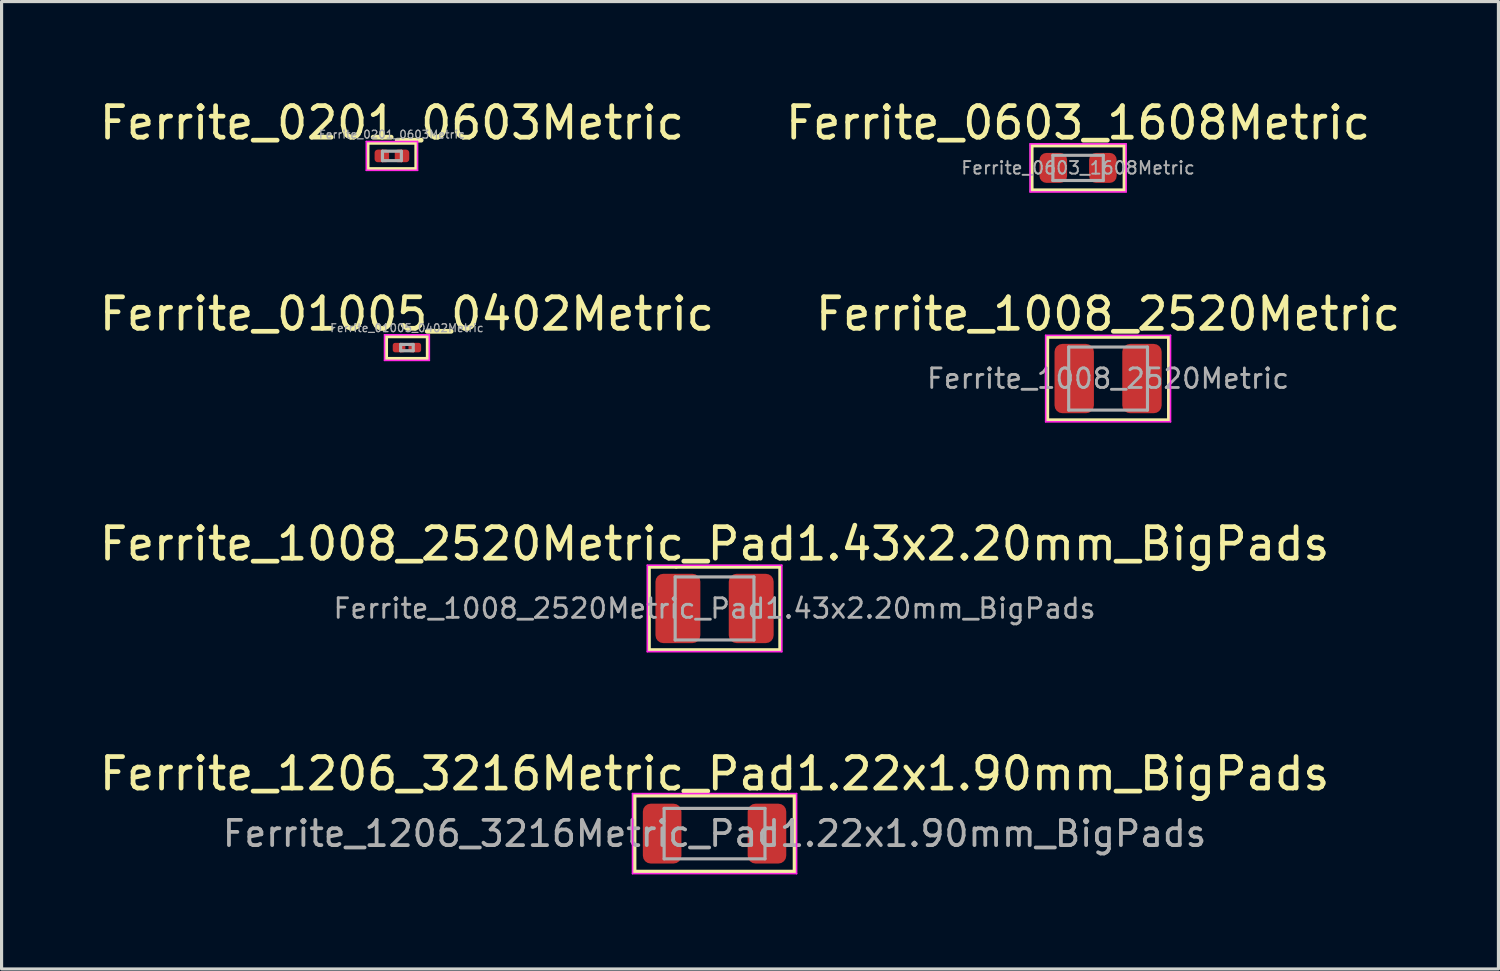
<source format=kicad_pcb>
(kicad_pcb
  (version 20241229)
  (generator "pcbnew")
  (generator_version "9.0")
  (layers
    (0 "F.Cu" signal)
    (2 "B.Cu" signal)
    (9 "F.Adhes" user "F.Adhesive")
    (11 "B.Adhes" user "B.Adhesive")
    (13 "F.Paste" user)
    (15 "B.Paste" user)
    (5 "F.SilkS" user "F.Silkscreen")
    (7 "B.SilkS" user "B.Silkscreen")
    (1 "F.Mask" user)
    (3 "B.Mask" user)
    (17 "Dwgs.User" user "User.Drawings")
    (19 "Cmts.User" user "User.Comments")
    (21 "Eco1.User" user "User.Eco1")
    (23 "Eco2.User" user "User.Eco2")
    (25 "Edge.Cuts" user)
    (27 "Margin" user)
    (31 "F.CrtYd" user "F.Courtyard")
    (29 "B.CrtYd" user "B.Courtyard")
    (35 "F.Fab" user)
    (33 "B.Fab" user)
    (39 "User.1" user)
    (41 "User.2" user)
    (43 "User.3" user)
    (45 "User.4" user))
  (footprint "Ferrite_1206_3216Metric_Pad1.22x1.90mm_BigPads"
    (layer "F.Cu")
    (at 19.625 23.403)
    (property "Reference" "Ferrite_1206_3216Metric_Pad1.22x1.90mm_BigPads" (at 0 -1.9 0) (layer "F.SilkS") (effects (font (size 1 1) (thickness 0.15))))
    (attr smd)
    (fp_line (start -2.54 -1.206) (end 2.54 -1.206) (stroke (width 0.12) (type solid)) (layer "F.SilkS"))
    (fp_line (start -2.54 1.206) (end -2.54 -1.206) (stroke (width 0.12) (type solid)) (layer "F.SilkS"))
    (fp_line (start 2.54 -1.206) (end 2.54 1.206) (stroke (width 0.12) (type solid)) (layer "F.SilkS"))
    (fp_line (start 2.54 1.206) (end -2.54 1.206) (stroke (width 0.12) (type solid)) (layer "F.SilkS"))
    (fp_line (start -2.603 -1.27) (end 2.603 -1.27) (stroke (width 0.05) (type solid)) (layer "F.CrtYd"))
    (fp_line (start -2.603 1.27) (end -2.603 -1.27) (stroke (width 0.05) (type solid)) (layer "F.CrtYd"))
    (fp_line (start 2.603 -1.27) (end 2.603 1.27) (stroke (width 0.05) (type solid)) (layer "F.CrtYd"))
    (fp_line (start 2.603 1.27) (end -2.603 1.27) (stroke (width 0.05) (type solid)) (layer "F.CrtYd"))
    (fp_line (start -1.6 -0.8) (end 1.6 -0.8) (stroke (width 0.1) (type solid)) (layer "F.Fab"))
    (fp_line (start -1.6 0.8) (end -1.6 -0.8) (stroke (width 0.1) (type solid)) (layer "F.Fab"))
    (fp_line (start 1.6 -0.8) (end 1.6 0.8) (stroke (width 0.1) (type solid)) (layer "F.Fab"))
    (fp_line (start 1.6 0.8) (end -1.6 0.8) (stroke (width 0.1) (type solid)) (layer "F.Fab"))
    (fp_text user "${REFERENCE}" (at 0 0 0) (layer "F.Fab") (effects (font (size 0.8 0.8) (thickness 0.12))))
    (pad "1" smd roundrect (at -1.663 0) (size 1.225 1.9) (layers "F.Cu" "F.Mask" "F.Paste") (roundrect_rratio 0.204))
    (pad "2" smd roundrect (at 1.663 0) (size 1.225 1.9) (layers "F.Cu" "F.Mask" "F.Paste") (roundrect_rratio 0.204)))
  (footprint "Ferrite_01005_0402Metric"
    (layer "F.Cu")
    (at 9.863 7.98)
    (property "Reference" "Ferrite_01005_0402Metric" (at 0 -1.067 0) (layer "F.SilkS") (effects (font (size 1 1) (thickness 0.15))))
    (attr smd)
    (fp_line (start -0.66 -0.356) (end 0.66 -0.356) (stroke (width 0.12) (type solid)) (layer "F.SilkS"))
    (fp_line (start -0.66 0.356) (end -0.66 -0.356) (stroke (width 0.12) (type solid)) (layer "F.SilkS"))
    (fp_line (start 0.66 -0.356) (end 0.66 0.356) (stroke (width 0.12) (type solid)) (layer "F.SilkS"))
    (fp_line (start 0.66 0.356) (end -0.66 0.356) (stroke (width 0.12) (type solid)) (layer "F.SilkS"))
    (fp_line (start -0.711 -0.406) (end 0.711 -0.406) (stroke (width 0.05) (type solid)) (layer "F.CrtYd"))
    (fp_line (start -0.711 0.406) (end -0.711 -0.406) (stroke (width 0.05) (type solid)) (layer "F.CrtYd"))
    (fp_line (start 0.711 -0.406) (end 0.711 0.406) (stroke (width 0.05) (type solid)) (layer "F.CrtYd"))
    (fp_line (start 0.711 0.406) (end -0.711 0.406) (stroke (width 0.05) (type solid)) (layer "F.CrtYd"))
    (fp_line (start -0.2 -0.1) (end 0.2 -0.1) (stroke (width 0.1) (type solid)) (layer "F.Fab"))
    (fp_line (start -0.2 0.1) (end -0.2 -0.1) (stroke (width 0.1) (type solid)) (layer "F.Fab"))
    (fp_line (start 0.2 -0.1) (end 0.2 0.1) (stroke (width 0.1) (type solid)) (layer "F.Fab"))
    (fp_line (start 0.2 0.1) (end -0.2 0.1) (stroke (width 0.1) (type solid)) (layer "F.Fab"))
    (fp_text user "${REFERENCE}" (at 0 -0.62 0) (layer "F.Fab") (effects (font (size 0.25 0.25) (thickness 0.04))))
    (pad "" smd roundrect (at -0.275 0) (size 0.27 0.27) (layers "F.Paste") (roundrect_rratio 0.25))
    (pad "" smd roundrect (at 0.275 0) (size 0.27 0.27) (layers "F.Paste") (roundrect_rratio 0.25))
    (pad "1" smd roundrect (at -0.25 0) (size 0.4 0.3) (layers "F.Cu" "F.Mask") (roundrect_rratio 0.25))
    (pad "2" smd roundrect (at 0.25 0) (size 0.4 0.3) (layers "F.Cu" "F.Mask") (roundrect_rratio 0.25)))
  (footprint "Ferrite_1008_2520Metric"
    (layer "F.Cu")
    (at 32.113 8.963)
    (property "Reference" "Ferrite_1008_2520Metric" (at 0 -2.05 0) (layer "F.SilkS") (effects (font (size 1 1) (thickness 0.15))))
    (attr smd)
    (fp_line (start -1.93 -1.321) (end 1.93 -1.321) (stroke (width 0.12) (type solid)) (layer "F.SilkS"))
    (fp_line (start -1.93 1.321) (end -1.93 -1.321) (stroke (width 0.12) (type solid)) (layer "F.SilkS"))
    (fp_line (start 1.93 -1.321) (end 1.93 1.321) (stroke (width 0.12) (type solid)) (layer "F.SilkS"))
    (fp_line (start 1.93 1.321) (end -1.93 1.321) (stroke (width 0.12) (type solid)) (layer "F.SilkS"))
    (fp_line (start -1.981 -1.372) (end 1.981 -1.372) (stroke (width 0.05) (type solid)) (layer "F.CrtYd"))
    (fp_line (start -1.981 1.372) (end -1.981 -1.372) (stroke (width 0.05) (type solid)) (layer "F.CrtYd"))
    (fp_line (start 1.981 -1.372) (end 1.981 1.372) (stroke (width 0.05) (type solid)) (layer "F.CrtYd"))
    (fp_line (start 1.981 1.372) (end -1.981 1.372) (stroke (width 0.05) (type solid)) (layer "F.CrtYd"))
    (fp_line (start -1.25 -1) (end 1.25 -1) (stroke (width 0.1) (type solid)) (layer "F.Fab"))
    (fp_line (start -1.25 1) (end -1.25 -1) (stroke (width 0.1) (type solid)) (layer "F.Fab"))
    (fp_line (start 1.25 -1) (end 1.25 1) (stroke (width 0.1) (type solid)) (layer "F.Fab"))
    (fp_line (start 1.25 1) (end -1.25 1) (stroke (width 0.1) (type solid)) (layer "F.Fab"))
    (fp_text user "${REFERENCE}" (at 0 0 0) (layer "F.Fab") (effects (font (size 0.62 0.62) (thickness 0.09))))
    (pad "1" smd roundrect (at -1.075 0) (size 1.25 2.2) (layers "F.Cu" "F.Mask" "F.Paste") (roundrect_rratio 0.2))
    (pad "2" smd roundrect (at 1.075 0) (size 1.25 2.2) (layers "F.Cu" "F.Mask" "F.Paste") (roundrect_rratio 0.2)))
  (footprint "Ferrite_0603_1608Metric"
    (layer "F.Cu")
    (at 31.161 2.278)
    (property "Reference" "Ferrite_0603_1608Metric" (at 0 -1.43 0) (layer "F.SilkS") (effects (font (size 1 1) (thickness 0.15))))
    (attr smd)
    (fp_line (start -1.473 -0.711) (end 1.473 -0.711) (stroke (width 0.12) (type solid)) (layer "F.SilkS"))
    (fp_line (start -1.473 0.711) (end -1.473 -0.711) (stroke (width 0.12) (type solid)) (layer "F.SilkS"))
    (fp_line (start 1.473 -0.711) (end 1.473 0.711) (stroke (width 0.12) (type solid)) (layer "F.SilkS"))
    (fp_line (start 1.473 0.711) (end -1.473 0.711) (stroke (width 0.12) (type solid)) (layer "F.SilkS"))
    (fp_line (start -1.524 -0.762) (end 1.524 -0.762) (stroke (width 0.05) (type solid)) (layer "F.CrtYd"))
    (fp_line (start -1.524 0.762) (end -1.524 -0.762) (stroke (width 0.05) (type solid)) (layer "F.CrtYd"))
    (fp_line (start 1.524 -0.762) (end 1.524 0.762) (stroke (width 0.05) (type solid)) (layer "F.CrtYd"))
    (fp_line (start 1.524 0.762) (end -1.524 0.762) (stroke (width 0.05) (type solid)) (layer "F.CrtYd"))
    (fp_line (start -0.8 -0.4) (end 0.8 -0.4) (stroke (width 0.1) (type solid)) (layer "F.Fab"))
    (fp_line (start -0.8 0.4) (end -0.8 -0.4) (stroke (width 0.1) (type solid)) (layer "F.Fab"))
    (fp_line (start 0.8 -0.4) (end 0.8 0.4) (stroke (width 0.1) (type solid)) (layer "F.Fab"))
    (fp_line (start 0.8 0.4) (end -0.8 0.4) (stroke (width 0.1) (type solid)) (layer "F.Fab"))
    (fp_text user "${REFERENCE}" (at 0 0 0) (layer "F.Fab") (effects (font (size 0.4 0.4) (thickness 0.06))))
    (pad "1" smd roundrect (at -0.787 0) (size 0.875 0.95) (layers "F.Cu" "F.Mask" "F.Paste") (roundrect_rratio 0.25))
    (pad "2" smd roundrect (at 0.787 0) (size 0.875 0.95) (layers "F.Cu" "F.Mask" "F.Paste") (roundrect_rratio 0.25)))
  (footprint "Ferrite_0201_0603Metric"
    (layer "F.Cu")
    (at 9.387 1.898)
    (property "Reference" "Ferrite_0201_0603Metric" (at 0 -1.05 0) (layer "F.SilkS") (effects (font (size 1 1) (thickness 0.15))))
    (attr smd)
    (fp_line (start -0.762 -0.406) (end -0.762 0.406) (stroke (width 0.1) (type solid)) (layer "F.SilkS"))
    (fp_line (start -0.762 0.406) (end 0.762 0.406) (stroke (width 0.1) (type solid)) (layer "F.SilkS"))
    (fp_line (start 0.762 -0.406) (end -0.762 -0.406) (stroke (width 0.1) (type solid)) (layer "F.SilkS"))
    (fp_line (start 0.762 0.406) (end 0.762 -0.406) (stroke (width 0.1) (type solid)) (layer "F.SilkS"))
    (fp_line (start -0.813 -0.457) (end 0.813 -0.457) (stroke (width 0.05) (type solid)) (layer "F.CrtYd"))
    (fp_line (start -0.813 0.457) (end -0.813 -0.457) (stroke (width 0.05) (type solid)) (layer "F.CrtYd"))
    (fp_line (start 0.813 -0.457) (end 0.813 0.457) (stroke (width 0.05) (type solid)) (layer "F.CrtYd"))
    (fp_line (start 0.813 0.457) (end -0.813 0.457) (stroke (width 0.05) (type solid)) (layer "F.CrtYd"))
    (fp_line (start -0.3 -0.15) (end 0.3 -0.15) (stroke (width 0.1) (type solid)) (layer "F.Fab"))
    (fp_line (start -0.3 0.15) (end -0.3 -0.15) (stroke (width 0.1) (type solid)) (layer "F.Fab"))
    (fp_line (start 0.3 -0.15) (end 0.3 0.15) (stroke (width 0.1) (type solid)) (layer "F.Fab"))
    (fp_line (start 0.3 0.15) (end -0.3 0.15) (stroke (width 0.1) (type solid)) (layer "F.Fab"))
    (fp_text user "${REFERENCE}" (at 0 -0.68 0) (layer "F.Fab") (effects (font (size 0.25 0.25) (thickness 0.04))))
    (pad "" smd roundrect (at -0.345 0) (size 0.318 0.36) (layers "F.Paste") (roundrect_rratio 0.25))
    (pad "" smd roundrect (at 0.345 0) (size 0.318 0.36) (layers "F.Paste") (roundrect_rratio 0.25))
    (pad "1" smd roundrect (at -0.32 0) (size 0.46 0.4) (layers "F.Cu" "F.Mask") (roundrect_rratio 0.25))
    (pad "2" smd roundrect (at 0.32 0) (size 0.46 0.4) (layers "F.Cu" "F.Mask") (roundrect_rratio 0.25)))
  (footprint "Ferrite_1008_2520Metric_Pad1.43x2.20mm_BigPads"
    (layer "F.Cu")
    (at 19.625 16.258)
    (property "Reference" "Ferrite_1008_2520Metric_Pad1.43x2.20mm_BigPads" (at 0 -2.05 0) (layer "F.SilkS") (effects (font (size 1 1) (thickness 0.15))))
    (attr smd)
    (fp_line (start -2.083 -1.321) (end -1.219 -1.321) (stroke (width 0.12) (type solid)) (layer "F.SilkS"))
    (fp_line (start -2.083 1.321) (end -2.083 -1.321) (stroke (width 0.12) (type solid)) (layer "F.SilkS"))
    (fp_line (start -1.219 -1.321) (end 2.083 -1.321) (stroke (width 0.12) (type solid)) (layer "F.SilkS"))
    (fp_line (start 2.083 -1.321) (end 2.083 1.321) (stroke (width 0.12) (type solid)) (layer "F.SilkS"))
    (fp_line (start 2.083 1.321) (end -2.083 1.321) (stroke (width 0.12) (type solid)) (layer "F.SilkS"))
    (fp_line (start -2.134 -1.372) (end 2.134 -1.372) (stroke (width 0.05) (type solid)) (layer "F.CrtYd"))
    (fp_line (start -2.134 1.372) (end -2.134 -1.372) (stroke (width 0.05) (type solid)) (layer "F.CrtYd"))
    (fp_line (start 2.134 -1.372) (end 2.134 1.372) (stroke (width 0.05) (type solid)) (layer "F.CrtYd"))
    (fp_line (start 2.134 1.372) (end -2.134 1.372) (stroke (width 0.05) (type solid)) (layer "F.CrtYd"))
    (fp_line (start -1.25 -1) (end 1.25 -1) (stroke (width 0.1) (type solid)) (layer "F.Fab"))
    (fp_line (start -1.25 1) (end -1.25 -1) (stroke (width 0.1) (type solid)) (layer "F.Fab"))
    (fp_line (start 1.25 -1) (end 1.25 1) (stroke (width 0.1) (type solid)) (layer "F.Fab"))
    (fp_line (start 1.25 1) (end -1.25 1) (stroke (width 0.1) (type solid)) (layer "F.Fab"))
    (fp_text user "${REFERENCE}" (at 0 0 0) (layer "F.Fab") (effects (font (size 0.62 0.62) (thickness 0.09))))
    (pad "1" smd roundrect (at -1.163 0) (size 1.425 2.2) (layers "F.Cu" "F.Mask" "F.Paste") (roundrect_rratio 0.175))
    (pad "2" smd roundrect (at 1.163 0) (size 1.425 2.2) (layers "F.Cu" "F.Mask" "F.Paste") (roundrect_rratio 0.175)))
  (gr_rect
    (start -3 -3)
    (end 44.5 27.698)
    (stroke (width 0.1) (type default))
    (fill no)
    (layer "Edge.Cuts")))
</source>
